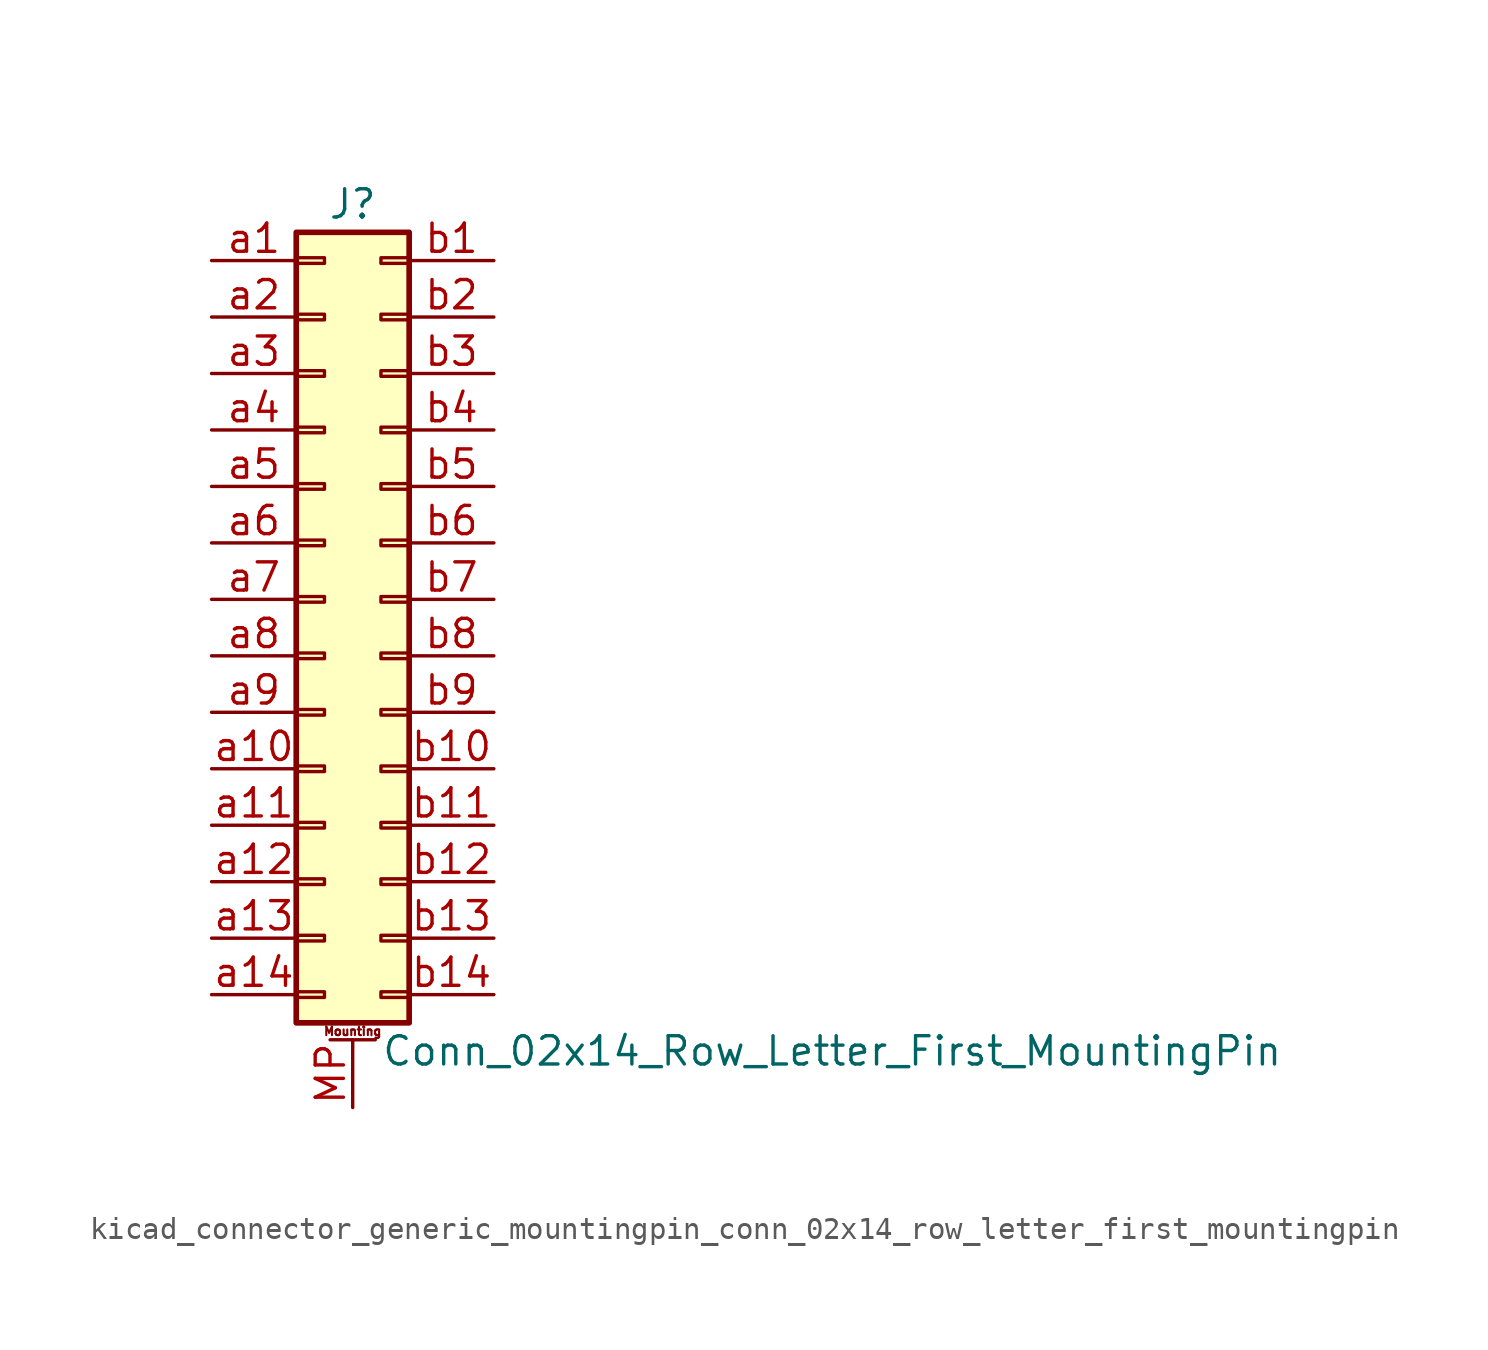
<source format=kicad_sym>
(kicad_symbol_lib
  (version 20220914)
  (generator kicad_symbol_editor)
  (symbol "kicad_connector_generic_mountingpin_conn_02x14_row_letter_first_mountingpin"
    (pin_names
      (offset 1.016) hide)
    (property "Reference" "J"
      (at 1.27 17.78 0)
      (effects (font (size 1.27 1.27))))
    (property "Value" "Conn_02x14_Row_Letter_First_MountingPin"
      (at 2.54 -20.32 0)
      (effects (font (size 1.27 1.27)) (justify left)))
    (symbol "kicad_connector_generic_mountingpin_conn_02x14_row_letter_first_mountingpin_1_1"
      (rectangle (start -1.27 -17.653) (end 0 -17.907) (stroke (width 0.152) (type default)) (fill (type none)))
      (rectangle (start -1.27 -15.113) (end 0 -15.367) (stroke (width 0.152) (type default)) (fill (type none)))
      (rectangle (start -1.27 -12.573) (end 0 -12.827) (stroke (width 0.152) (type default)) (fill (type none)))
      (rectangle (start -1.27 -10.033) (end 0 -10.287) (stroke (width 0.152) (type default)) (fill (type none)))
      (rectangle (start -1.27 -7.493) (end 0 -7.747) (stroke (width 0.152) (type default)) (fill (type none)))
      (rectangle (start -1.27 -4.953) (end 0 -5.207) (stroke (width 0.152) (type default)) (fill (type none)))
      (rectangle (start -1.27 -2.413) (end 0 -2.667) (stroke (width 0.152) (type default)) (fill (type none)))
      (rectangle (start -1.27 0.127) (end 0 -0.127) (stroke (width 0.152) (type default)) (fill (type none)))
      (rectangle (start -1.27 2.667) (end 0 2.413) (stroke (width 0.152) (type default)) (fill (type none)))
      (rectangle (start -1.27 5.207) (end 0 4.953) (stroke (width 0.152) (type default)) (fill (type none)))
      (rectangle (start -1.27 7.747) (end 0 7.493) (stroke (width 0.152) (type default)) (fill (type none)))
      (rectangle (start -1.27 10.287) (end 0 10.033) (stroke (width 0.152) (type default)) (fill (type none)))
      (rectangle (start -1.27 12.827) (end 0 12.573) (stroke (width 0.152) (type default)) (fill (type none)))
      (rectangle (start -1.27 15.367) (end 0 15.113) (stroke (width 0.152) (type default)) (fill (type none)))
      (rectangle (start -1.27 16.51) (end 3.81 -19.05) (stroke (width 0.254) (type default)) (fill (type background)))
      (polyline (pts (xy 0.254 -19.812) (xy 2.286 -19.812)) (stroke (width 0.152) (type default)) (fill (type none)))
      (rectangle (start 3.81 -17.653) (end 2.54 -17.907) (stroke (width 0.152) (type default)) (fill (type none)))
      (rectangle (start 3.81 -15.113) (end 2.54 -15.367) (stroke (width 0.152) (type default)) (fill (type none)))
      (rectangle (start 3.81 -12.573) (end 2.54 -12.827) (stroke (width 0.152) (type default)) (fill (type none)))
      (rectangle (start 3.81 -10.033) (end 2.54 -10.287) (stroke (width 0.152) (type default)) (fill (type none)))
      (rectangle (start 3.81 -7.493) (end 2.54 -7.747) (stroke (width 0.152) (type default)) (fill (type none)))
      (rectangle (start 3.81 -4.953) (end 2.54 -5.207) (stroke (width 0.152) (type default)) (fill (type none)))
      (rectangle (start 3.81 -2.413) (end 2.54 -2.667) (stroke (width 0.152) (type default)) (fill (type none)))
      (rectangle (start 3.81 0.127) (end 2.54 -0.127) (stroke (width 0.152) (type default)) (fill (type none)))
      (rectangle (start 3.81 2.667) (end 2.54 2.413) (stroke (width 0.152) (type default)) (fill (type none)))
      (rectangle (start 3.81 5.207) (end 2.54 4.953) (stroke (width 0.152) (type default)) (fill (type none)))
      (rectangle (start 3.81 7.747) (end 2.54 7.493) (stroke (width 0.152) (type default)) (fill (type none)))
      (rectangle (start 3.81 10.287) (end 2.54 10.033) (stroke (width 0.152) (type default)) (fill (type none)))
      (rectangle (start 3.81 12.827) (end 2.54 12.573) (stroke (width 0.152) (type default)) (fill (type none)))
      (rectangle (start 3.81 15.367) (end 2.54 15.113) (stroke (width 0.152) (type default)) (fill (type none)))
      (text "Mounting" (at 1.27 -19.431 0) (effects (font (size 0.381 0.381))))
      (pin passive line (at 1.27 -22.86 90) (length 3.048) (name "MountPin" (effects (font (size 1.27 1.27)))) (number "MP" (effects (font (size 1.27 1.27)))))
      (pin passive line (at -5.08 15.24 0) (length 3.81) (name "Pin_a1" (effects (font (size 1.27 1.27)))) (number "a1" (effects (font (size 1.27 1.27)))))
      (pin passive line (at -5.08 -7.62 0) (length 3.81) (name "Pin_a10" (effects (font (size 1.27 1.27)))) (number "a10" (effects (font (size 1.27 1.27)))))
      (pin passive line (at -5.08 -10.16 0) (length 3.81) (name "Pin_a11" (effects (font (size 1.27 1.27)))) (number "a11" (effects (font (size 1.27 1.27)))))
      (pin passive line (at -5.08 -12.7 0) (length 3.81) (name "Pin_a12" (effects (font (size 1.27 1.27)))) (number "a12" (effects (font (size 1.27 1.27)))))
      (pin passive line (at -5.08 -15.24 0) (length 3.81) (name "Pin_a13" (effects (font (size 1.27 1.27)))) (number "a13" (effects (font (size 1.27 1.27)))))
      (pin passive line (at -5.08 -17.78 0) (length 3.81) (name "Pin_a14" (effects (font (size 1.27 1.27)))) (number "a14" (effects (font (size 1.27 1.27)))))
      (pin passive line (at -5.08 12.7 0) (length 3.81) (name "Pin_a2" (effects (font (size 1.27 1.27)))) (number "a2" (effects (font (size 1.27 1.27)))))
      (pin passive line (at -5.08 10.16 0) (length 3.81) (name "Pin_a3" (effects (font (size 1.27 1.27)))) (number "a3" (effects (font (size 1.27 1.27)))))
      (pin passive line (at -5.08 7.62 0) (length 3.81) (name "Pin_a4" (effects (font (size 1.27 1.27)))) (number "a4" (effects (font (size 1.27 1.27)))))
      (pin passive line (at -5.08 5.08 0) (length 3.81) (name "Pin_a5" (effects (font (size 1.27 1.27)))) (number "a5" (effects (font (size 1.27 1.27)))))
      (pin passive line (at -5.08 2.54 0) (length 3.81) (name "Pin_a6" (effects (font (size 1.27 1.27)))) (number "a6" (effects (font (size 1.27 1.27)))))
      (pin passive line (at -5.08 0 0) (length 3.81) (name "Pin_a7" (effects (font (size 1.27 1.27)))) (number "a7" (effects (font (size 1.27 1.27)))))
      (pin passive line (at -5.08 -2.54 0) (length 3.81) (name "Pin_a8" (effects (font (size 1.27 1.27)))) (number "a8" (effects (font (size 1.27 1.27)))))
      (pin passive line (at -5.08 -5.08 0) (length 3.81) (name "Pin_a9" (effects (font (size 1.27 1.27)))) (number "a9" (effects (font (size 1.27 1.27)))))
      (pin passive line (at 7.62 15.24 180) (length 3.81) (name "Pin_b1" (effects (font (size 1.27 1.27)))) (number "b1" (effects (font (size 1.27 1.27)))))
      (pin passive line (at 7.62 -7.62 180) (length 3.81) (name "Pin_b10" (effects (font (size 1.27 1.27)))) (number "b10" (effects (font (size 1.27 1.27)))))
      (pin passive line (at 7.62 -10.16 180) (length 3.81) (name "Pin_b11" (effects (font (size 1.27 1.27)))) (number "b11" (effects (font (size 1.27 1.27)))))
      (pin passive line (at 7.62 -12.7 180) (length 3.81) (name "Pin_b12" (effects (font (size 1.27 1.27)))) (number "b12" (effects (font (size 1.27 1.27)))))
      (pin passive line (at 7.62 -15.24 180) (length 3.81) (name "Pin_b13" (effects (font (size 1.27 1.27)))) (number "b13" (effects (font (size 1.27 1.27)))))
      (pin passive line (at 7.62 -17.78 180) (length 3.81) (name "Pin_b14" (effects (font (size 1.27 1.27)))) (number "b14" (effects (font (size 1.27 1.27)))))
      (pin passive line (at 7.62 12.7 180) (length 3.81) (name "Pin_b2" (effects (font (size 1.27 1.27)))) (number "b2" (effects (font (size 1.27 1.27)))))
      (pin passive line (at 7.62 10.16 180) (length 3.81) (name "Pin_b3" (effects (font (size 1.27 1.27)))) (number "b3" (effects (font (size 1.27 1.27)))))
      (pin passive line (at 7.62 7.62 180) (length 3.81) (name "Pin_b4" (effects (font (size 1.27 1.27)))) (number "b4" (effects (font (size 1.27 1.27)))))
      (pin passive line (at 7.62 5.08 180) (length 3.81) (name "Pin_b5" (effects (font (size 1.27 1.27)))) (number "b5" (effects (font (size 1.27 1.27)))))
      (pin passive line (at 7.62 2.54 180) (length 3.81) (name "Pin_b6" (effects (font (size 1.27 1.27)))) (number "b6" (effects (font (size 1.27 1.27)))))
      (pin passive line (at 7.62 0 180) (length 3.81) (name "Pin_b7" (effects (font (size 1.27 1.27)))) (number "b7" (effects (font (size 1.27 1.27)))))
      (pin passive line (at 7.62 -2.54 180) (length 3.81) (name "Pin_b8" (effects (font (size 1.27 1.27)))) (number "b8" (effects (font (size 1.27 1.27)))))
      (pin passive line (at 7.62 -5.08 180) (length 3.81) (name "Pin_b9" (effects (font (size 1.27 1.27)))) (number "b9" (effects (font (size 1.27 1.27))))))))
</source>
